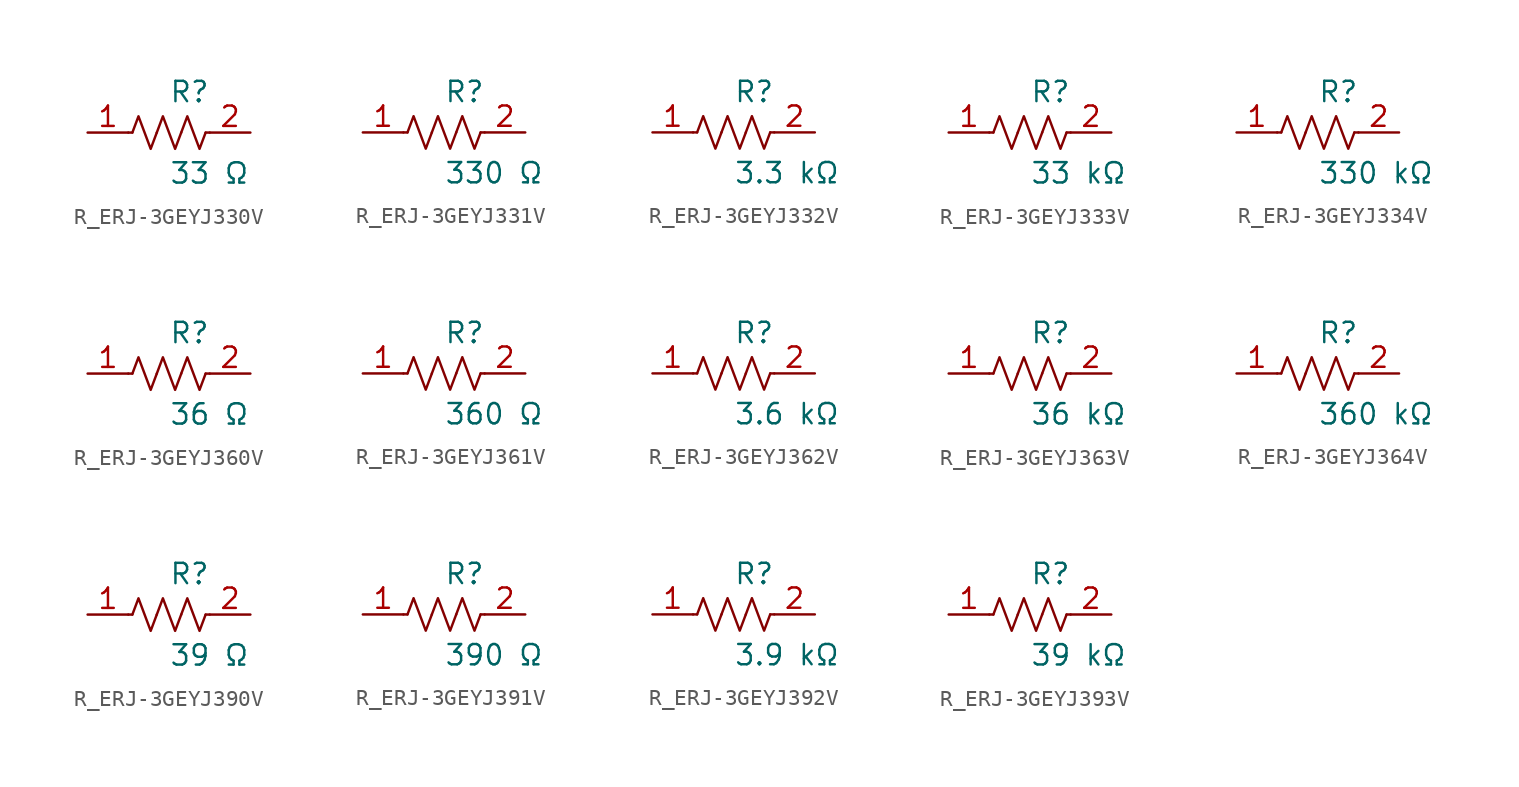
<source format=kicad_sym>
(kicad_symbol_lib
  (version 20231120)
  (generator kicad_symbol_editor)
  (generator_version 8.0)
  (symbol "R_ERJ-3GEYJ330V"
    (pin_names
      (offset 0.254))
    (property "Reference" "R"
      (at 0 2.54 0)
      (effects (font (size 1.27 1.27)) (justify left)))
    (property "Value" "33 Ω"
      (at 0 -2.54 0)
      (effects (font (size 1.27 1.27)) (justify left)))
    (symbol "R_ERJ-3GEYJ330V_0_1"
      (polyline (pts (xy 2.286 0) (xy 2.54 0)) (stroke (width 0) (type default)) (fill (type none)))
      (polyline (pts (xy -2.286 0) (xy -2.54 0)) (stroke (width 0) (type default)) (fill (type none)))
      (polyline (pts (xy 0.762 0) (xy 1.143 1.016) (xy 1.524 0) (xy 1.905 -1.016) (xy 2.286 0)) (stroke (width 0) (type default)) (fill (type none)))
      (polyline (pts (xy -0.762 0) (xy -0.381 1.016) (xy 0 0) (xy 0.381 -1.016) (xy 0.762 0)) (stroke (width 0) (type default)) (fill (type none)))
      (polyline (pts (xy -2.286 0) (xy -1.905 1.016) (xy -1.524 0) (xy -1.143 -1.016) (xy -0.762 0)) (stroke (width 0) (type default)) (fill (type none))))
    (pin passive line
      (at -5.08 0 0)
      (length 2.54)
      (name "" (effects (font (size 1.27 1.27))))
      (number "1" (effects (font (size 1.27 1.27)))))
    (pin passive line
      (at 5.08 0 180)
      (length 2.54)
      (name "" (effects (font (size 1.27 1.27))))
      (number "2" (effects (font (size 1.27 1.27))))))
  (symbol "R_ERJ-3GEYJ331V"
    (pin_names
      (offset 0.254))
    (property "Reference" "R"
      (at 0 2.54 0)
      (effects (font (size 1.27 1.27)) (justify left)))
    (property "Value" "330 Ω"
      (at 0 -2.54 0)
      (effects (font (size 1.27 1.27)) (justify left)))
    (symbol "R_ERJ-3GEYJ331V_0_1"
      (polyline (pts (xy 2.286 0) (xy 2.54 0)) (stroke (width 0) (type default)) (fill (type none)))
      (polyline (pts (xy -2.286 0) (xy -2.54 0)) (stroke (width 0) (type default)) (fill (type none)))
      (polyline (pts (xy 0.762 0) (xy 1.143 1.016) (xy 1.524 0) (xy 1.905 -1.016) (xy 2.286 0)) (stroke (width 0) (type default)) (fill (type none)))
      (polyline (pts (xy -0.762 0) (xy -0.381 1.016) (xy 0 0) (xy 0.381 -1.016) (xy 0.762 0)) (stroke (width 0) (type default)) (fill (type none)))
      (polyline (pts (xy -2.286 0) (xy -1.905 1.016) (xy -1.524 0) (xy -1.143 -1.016) (xy -0.762 0)) (stroke (width 0) (type default)) (fill (type none))))
    (pin passive line
      (at -5.08 0 0)
      (length 2.54)
      (name "" (effects (font (size 1.27 1.27))))
      (number "1" (effects (font (size 1.27 1.27)))))
    (pin passive line
      (at 5.08 0 180)
      (length 2.54)
      (name "" (effects (font (size 1.27 1.27))))
      (number "2" (effects (font (size 1.27 1.27))))))
  (symbol "R_ERJ-3GEYJ332V"
    (pin_names
      (offset 0.254))
    (property "Reference" "R"
      (at 0 2.54 0)
      (effects (font (size 1.27 1.27)) (justify left)))
    (property "Value" "3.3 kΩ"
      (at 0 -2.54 0)
      (effects (font (size 1.27 1.27)) (justify left)))
    (symbol "R_ERJ-3GEYJ332V_0_1"
      (polyline (pts (xy 2.286 0) (xy 2.54 0)) (stroke (width 0) (type default)) (fill (type none)))
      (polyline (pts (xy -2.286 0) (xy -2.54 0)) (stroke (width 0) (type default)) (fill (type none)))
      (polyline (pts (xy 0.762 0) (xy 1.143 1.016) (xy 1.524 0) (xy 1.905 -1.016) (xy 2.286 0)) (stroke (width 0) (type default)) (fill (type none)))
      (polyline (pts (xy -0.762 0) (xy -0.381 1.016) (xy 0 0) (xy 0.381 -1.016) (xy 0.762 0)) (stroke (width 0) (type default)) (fill (type none)))
      (polyline (pts (xy -2.286 0) (xy -1.905 1.016) (xy -1.524 0) (xy -1.143 -1.016) (xy -0.762 0)) (stroke (width 0) (type default)) (fill (type none))))
    (pin passive line
      (at -5.08 0 0)
      (length 2.54)
      (name "" (effects (font (size 1.27 1.27))))
      (number "1" (effects (font (size 1.27 1.27)))))
    (pin passive line
      (at 5.08 0 180)
      (length 2.54)
      (name "" (effects (font (size 1.27 1.27))))
      (number "2" (effects (font (size 1.27 1.27))))))
  (symbol "R_ERJ-3GEYJ333V"
    (pin_names
      (offset 0.254))
    (property "Reference" "R"
      (at 0 2.54 0)
      (effects (font (size 1.27 1.27)) (justify left)))
    (property "Value" "33 kΩ"
      (at 0 -2.54 0)
      (effects (font (size 1.27 1.27)) (justify left)))
    (symbol "R_ERJ-3GEYJ333V_0_1"
      (polyline (pts (xy 2.286 0) (xy 2.54 0)) (stroke (width 0) (type default)) (fill (type none)))
      (polyline (pts (xy -2.286 0) (xy -2.54 0)) (stroke (width 0) (type default)) (fill (type none)))
      (polyline (pts (xy 0.762 0) (xy 1.143 1.016) (xy 1.524 0) (xy 1.905 -1.016) (xy 2.286 0)) (stroke (width 0) (type default)) (fill (type none)))
      (polyline (pts (xy -0.762 0) (xy -0.381 1.016) (xy 0 0) (xy 0.381 -1.016) (xy 0.762 0)) (stroke (width 0) (type default)) (fill (type none)))
      (polyline (pts (xy -2.286 0) (xy -1.905 1.016) (xy -1.524 0) (xy -1.143 -1.016) (xy -0.762 0)) (stroke (width 0) (type default)) (fill (type none))))
    (pin passive line
      (at -5.08 0 0)
      (length 2.54)
      (name "" (effects (font (size 1.27 1.27))))
      (number "1" (effects (font (size 1.27 1.27)))))
    (pin passive line
      (at 5.08 0 180)
      (length 2.54)
      (name "" (effects (font (size 1.27 1.27))))
      (number "2" (effects (font (size 1.27 1.27))))))
  (symbol "R_ERJ-3GEYJ334V"
    (pin_names
      (offset 0.254))
    (property "Reference" "R"
      (at 0 2.54 0)
      (effects (font (size 1.27 1.27)) (justify left)))
    (property "Value" "330 kΩ"
      (at 0 -2.54 0)
      (effects (font (size 1.27 1.27)) (justify left)))
    (symbol "R_ERJ-3GEYJ334V_0_1"
      (polyline (pts (xy 2.286 0) (xy 2.54 0)) (stroke (width 0) (type default)) (fill (type none)))
      (polyline (pts (xy -2.286 0) (xy -2.54 0)) (stroke (width 0) (type default)) (fill (type none)))
      (polyline (pts (xy 0.762 0) (xy 1.143 1.016) (xy 1.524 0) (xy 1.905 -1.016) (xy 2.286 0)) (stroke (width 0) (type default)) (fill (type none)))
      (polyline (pts (xy -0.762 0) (xy -0.381 1.016) (xy 0 0) (xy 0.381 -1.016) (xy 0.762 0)) (stroke (width 0) (type default)) (fill (type none)))
      (polyline (pts (xy -2.286 0) (xy -1.905 1.016) (xy -1.524 0) (xy -1.143 -1.016) (xy -0.762 0)) (stroke (width 0) (type default)) (fill (type none))))
    (pin passive line
      (at -5.08 0 0)
      (length 2.54)
      (name "" (effects (font (size 1.27 1.27))))
      (number "1" (effects (font (size 1.27 1.27)))))
    (pin passive line
      (at 5.08 0 180)
      (length 2.54)
      (name "" (effects (font (size 1.27 1.27))))
      (number "2" (effects (font (size 1.27 1.27))))))
  (symbol "R_ERJ-3GEYJ360V"
    (pin_names
      (offset 0.254))
    (property "Reference" "R"
      (at 0 2.54 0)
      (effects (font (size 1.27 1.27)) (justify left)))
    (property "Value" "36 Ω"
      (at 0 -2.54 0)
      (effects (font (size 1.27 1.27)) (justify left)))
    (symbol "R_ERJ-3GEYJ360V_0_1"
      (polyline (pts (xy 2.286 0) (xy 2.54 0)) (stroke (width 0) (type default)) (fill (type none)))
      (polyline (pts (xy -2.286 0) (xy -2.54 0)) (stroke (width 0) (type default)) (fill (type none)))
      (polyline (pts (xy 0.762 0) (xy 1.143 1.016) (xy 1.524 0) (xy 1.905 -1.016) (xy 2.286 0)) (stroke (width 0) (type default)) (fill (type none)))
      (polyline (pts (xy -0.762 0) (xy -0.381 1.016) (xy 0 0) (xy 0.381 -1.016) (xy 0.762 0)) (stroke (width 0) (type default)) (fill (type none)))
      (polyline (pts (xy -2.286 0) (xy -1.905 1.016) (xy -1.524 0) (xy -1.143 -1.016) (xy -0.762 0)) (stroke (width 0) (type default)) (fill (type none))))
    (pin passive line
      (at -5.08 0 0)
      (length 2.54)
      (name "" (effects (font (size 1.27 1.27))))
      (number "1" (effects (font (size 1.27 1.27)))))
    (pin passive line
      (at 5.08 0 180)
      (length 2.54)
      (name "" (effects (font (size 1.27 1.27))))
      (number "2" (effects (font (size 1.27 1.27))))))
  (symbol "R_ERJ-3GEYJ361V"
    (pin_names
      (offset 0.254))
    (property "Reference" "R"
      (at 0 2.54 0)
      (effects (font (size 1.27 1.27)) (justify left)))
    (property "Value" "360 Ω"
      (at 0 -2.54 0)
      (effects (font (size 1.27 1.27)) (justify left)))
    (symbol "R_ERJ-3GEYJ361V_0_1"
      (polyline (pts (xy 2.286 0) (xy 2.54 0)) (stroke (width 0) (type default)) (fill (type none)))
      (polyline (pts (xy -2.286 0) (xy -2.54 0)) (stroke (width 0) (type default)) (fill (type none)))
      (polyline (pts (xy 0.762 0) (xy 1.143 1.016) (xy 1.524 0) (xy 1.905 -1.016) (xy 2.286 0)) (stroke (width 0) (type default)) (fill (type none)))
      (polyline (pts (xy -0.762 0) (xy -0.381 1.016) (xy 0 0) (xy 0.381 -1.016) (xy 0.762 0)) (stroke (width 0) (type default)) (fill (type none)))
      (polyline (pts (xy -2.286 0) (xy -1.905 1.016) (xy -1.524 0) (xy -1.143 -1.016) (xy -0.762 0)) (stroke (width 0) (type default)) (fill (type none))))
    (pin passive line
      (at -5.08 0 0)
      (length 2.54)
      (name "" (effects (font (size 1.27 1.27))))
      (number "1" (effects (font (size 1.27 1.27)))))
    (pin passive line
      (at 5.08 0 180)
      (length 2.54)
      (name "" (effects (font (size 1.27 1.27))))
      (number "2" (effects (font (size 1.27 1.27))))))
  (symbol "R_ERJ-3GEYJ362V"
    (pin_names
      (offset 0.254))
    (property "Reference" "R"
      (at 0 2.54 0)
      (effects (font (size 1.27 1.27)) (justify left)))
    (property "Value" "3.6 kΩ"
      (at 0 -2.54 0)
      (effects (font (size 1.27 1.27)) (justify left)))
    (symbol "R_ERJ-3GEYJ362V_0_1"
      (polyline (pts (xy 2.286 0) (xy 2.54 0)) (stroke (width 0) (type default)) (fill (type none)))
      (polyline (pts (xy -2.286 0) (xy -2.54 0)) (stroke (width 0) (type default)) (fill (type none)))
      (polyline (pts (xy 0.762 0) (xy 1.143 1.016) (xy 1.524 0) (xy 1.905 -1.016) (xy 2.286 0)) (stroke (width 0) (type default)) (fill (type none)))
      (polyline (pts (xy -0.762 0) (xy -0.381 1.016) (xy 0 0) (xy 0.381 -1.016) (xy 0.762 0)) (stroke (width 0) (type default)) (fill (type none)))
      (polyline (pts (xy -2.286 0) (xy -1.905 1.016) (xy -1.524 0) (xy -1.143 -1.016) (xy -0.762 0)) (stroke (width 0) (type default)) (fill (type none))))
    (pin passive line
      (at -5.08 0 0)
      (length 2.54)
      (name "" (effects (font (size 1.27 1.27))))
      (number "1" (effects (font (size 1.27 1.27)))))
    (pin passive line
      (at 5.08 0 180)
      (length 2.54)
      (name "" (effects (font (size 1.27 1.27))))
      (number "2" (effects (font (size 1.27 1.27))))))
  (symbol "R_ERJ-3GEYJ363V"
    (pin_names
      (offset 0.254))
    (property "Reference" "R"
      (at 0 2.54 0)
      (effects (font (size 1.27 1.27)) (justify left)))
    (property "Value" "36 kΩ"
      (at 0 -2.54 0)
      (effects (font (size 1.27 1.27)) (justify left)))
    (symbol "R_ERJ-3GEYJ363V_0_1"
      (polyline (pts (xy 2.286 0) (xy 2.54 0)) (stroke (width 0) (type default)) (fill (type none)))
      (polyline (pts (xy -2.286 0) (xy -2.54 0)) (stroke (width 0) (type default)) (fill (type none)))
      (polyline (pts (xy 0.762 0) (xy 1.143 1.016) (xy 1.524 0) (xy 1.905 -1.016) (xy 2.286 0)) (stroke (width 0) (type default)) (fill (type none)))
      (polyline (pts (xy -0.762 0) (xy -0.381 1.016) (xy 0 0) (xy 0.381 -1.016) (xy 0.762 0)) (stroke (width 0) (type default)) (fill (type none)))
      (polyline (pts (xy -2.286 0) (xy -1.905 1.016) (xy -1.524 0) (xy -1.143 -1.016) (xy -0.762 0)) (stroke (width 0) (type default)) (fill (type none))))
    (pin passive line
      (at -5.08 0 0)
      (length 2.54)
      (name "" (effects (font (size 1.27 1.27))))
      (number "1" (effects (font (size 1.27 1.27)))))
    (pin passive line
      (at 5.08 0 180)
      (length 2.54)
      (name "" (effects (font (size 1.27 1.27))))
      (number "2" (effects (font (size 1.27 1.27))))))
  (symbol "R_ERJ-3GEYJ364V"
    (pin_names
      (offset 0.254))
    (property "Reference" "R"
      (at 0 2.54 0)
      (effects (font (size 1.27 1.27)) (justify left)))
    (property "Value" "360 kΩ"
      (at 0 -2.54 0)
      (effects (font (size 1.27 1.27)) (justify left)))
    (symbol "R_ERJ-3GEYJ364V_0_1"
      (polyline (pts (xy 2.286 0) (xy 2.54 0)) (stroke (width 0) (type default)) (fill (type none)))
      (polyline (pts (xy -2.286 0) (xy -2.54 0)) (stroke (width 0) (type default)) (fill (type none)))
      (polyline (pts (xy 0.762 0) (xy 1.143 1.016) (xy 1.524 0) (xy 1.905 -1.016) (xy 2.286 0)) (stroke (width 0) (type default)) (fill (type none)))
      (polyline (pts (xy -0.762 0) (xy -0.381 1.016) (xy 0 0) (xy 0.381 -1.016) (xy 0.762 0)) (stroke (width 0) (type default)) (fill (type none)))
      (polyline (pts (xy -2.286 0) (xy -1.905 1.016) (xy -1.524 0) (xy -1.143 -1.016) (xy -0.762 0)) (stroke (width 0) (type default)) (fill (type none))))
    (pin passive line
      (at -5.08 0 0)
      (length 2.54)
      (name "" (effects (font (size 1.27 1.27))))
      (number "1" (effects (font (size 1.27 1.27)))))
    (pin passive line
      (at 5.08 0 180)
      (length 2.54)
      (name "" (effects (font (size 1.27 1.27))))
      (number "2" (effects (font (size 1.27 1.27))))))
  (symbol "R_ERJ-3GEYJ390V"
    (pin_names
      (offset 0.254))
    (property "Reference" "R"
      (at 0 2.54 0)
      (effects (font (size 1.27 1.27)) (justify left)))
    (property "Value" "39 Ω"
      (at 0 -2.54 0)
      (effects (font (size 1.27 1.27)) (justify left)))
    (symbol "R_ERJ-3GEYJ390V_0_1"
      (polyline (pts (xy 2.286 0) (xy 2.54 0)) (stroke (width 0) (type default)) (fill (type none)))
      (polyline (pts (xy -2.286 0) (xy -2.54 0)) (stroke (width 0) (type default)) (fill (type none)))
      (polyline (pts (xy 0.762 0) (xy 1.143 1.016) (xy 1.524 0) (xy 1.905 -1.016) (xy 2.286 0)) (stroke (width 0) (type default)) (fill (type none)))
      (polyline (pts (xy -0.762 0) (xy -0.381 1.016) (xy 0 0) (xy 0.381 -1.016) (xy 0.762 0)) (stroke (width 0) (type default)) (fill (type none)))
      (polyline (pts (xy -2.286 0) (xy -1.905 1.016) (xy -1.524 0) (xy -1.143 -1.016) (xy -0.762 0)) (stroke (width 0) (type default)) (fill (type none))))
    (pin passive line
      (at -5.08 0 0)
      (length 2.54)
      (name "" (effects (font (size 1.27 1.27))))
      (number "1" (effects (font (size 1.27 1.27)))))
    (pin passive line
      (at 5.08 0 180)
      (length 2.54)
      (name "" (effects (font (size 1.27 1.27))))
      (number "2" (effects (font (size 1.27 1.27))))))
  (symbol "R_ERJ-3GEYJ391V"
    (pin_names
      (offset 0.254))
    (property "Reference" "R"
      (at 0 2.54 0)
      (effects (font (size 1.27 1.27)) (justify left)))
    (property "Value" "390 Ω"
      (at 0 -2.54 0)
      (effects (font (size 1.27 1.27)) (justify left)))
    (symbol "R_ERJ-3GEYJ391V_0_1"
      (polyline (pts (xy 2.286 0) (xy 2.54 0)) (stroke (width 0) (type default)) (fill (type none)))
      (polyline (pts (xy -2.286 0) (xy -2.54 0)) (stroke (width 0) (type default)) (fill (type none)))
      (polyline (pts (xy 0.762 0) (xy 1.143 1.016) (xy 1.524 0) (xy 1.905 -1.016) (xy 2.286 0)) (stroke (width 0) (type default)) (fill (type none)))
      (polyline (pts (xy -0.762 0) (xy -0.381 1.016) (xy 0 0) (xy 0.381 -1.016) (xy 0.762 0)) (stroke (width 0) (type default)) (fill (type none)))
      (polyline (pts (xy -2.286 0) (xy -1.905 1.016) (xy -1.524 0) (xy -1.143 -1.016) (xy -0.762 0)) (stroke (width 0) (type default)) (fill (type none))))
    (pin passive line
      (at -5.08 0 0)
      (length 2.54)
      (name "" (effects (font (size 1.27 1.27))))
      (number "1" (effects (font (size 1.27 1.27)))))
    (pin passive line
      (at 5.08 0 180)
      (length 2.54)
      (name "" (effects (font (size 1.27 1.27))))
      (number "2" (effects (font (size 1.27 1.27))))))
  (symbol "R_ERJ-3GEYJ392V"
    (pin_names
      (offset 0.254))
    (property "Reference" "R"
      (at 0 2.54 0)
      (effects (font (size 1.27 1.27)) (justify left)))
    (property "Value" "3.9 kΩ"
      (at 0 -2.54 0)
      (effects (font (size 1.27 1.27)) (justify left)))
    (symbol "R_ERJ-3GEYJ392V_0_1"
      (polyline (pts (xy 2.286 0) (xy 2.54 0)) (stroke (width 0) (type default)) (fill (type none)))
      (polyline (pts (xy -2.286 0) (xy -2.54 0)) (stroke (width 0) (type default)) (fill (type none)))
      (polyline (pts (xy 0.762 0) (xy 1.143 1.016) (xy 1.524 0) (xy 1.905 -1.016) (xy 2.286 0)) (stroke (width 0) (type default)) (fill (type none)))
      (polyline (pts (xy -0.762 0) (xy -0.381 1.016) (xy 0 0) (xy 0.381 -1.016) (xy 0.762 0)) (stroke (width 0) (type default)) (fill (type none)))
      (polyline (pts (xy -2.286 0) (xy -1.905 1.016) (xy -1.524 0) (xy -1.143 -1.016) (xy -0.762 0)) (stroke (width 0) (type default)) (fill (type none))))
    (pin passive line
      (at -5.08 0 0)
      (length 2.54)
      (name "" (effects (font (size 1.27 1.27))))
      (number "1" (effects (font (size 1.27 1.27)))))
    (pin passive line
      (at 5.08 0 180)
      (length 2.54)
      (name "" (effects (font (size 1.27 1.27))))
      (number "2" (effects (font (size 1.27 1.27))))))
  (symbol "R_ERJ-3GEYJ393V"
    (pin_names
      (offset 0.254))
    (property "Reference" "R"
      (at 0 2.54 0)
      (effects (font (size 1.27 1.27)) (justify left)))
    (property "Value" "39 kΩ"
      (at 0 -2.54 0)
      (effects (font (size 1.27 1.27)) (justify left)))
    (symbol "R_ERJ-3GEYJ393V_0_1"
      (polyline (pts (xy 2.286 0) (xy 2.54 0)) (stroke (width 0) (type default)) (fill (type none)))
      (polyline (pts (xy -2.286 0) (xy -2.54 0)) (stroke (width 0) (type default)) (fill (type none)))
      (polyline (pts (xy 0.762 0) (xy 1.143 1.016) (xy 1.524 0) (xy 1.905 -1.016) (xy 2.286 0)) (stroke (width 0) (type default)) (fill (type none)))
      (polyline (pts (xy -0.762 0) (xy -0.381 1.016) (xy 0 0) (xy 0.381 -1.016) (xy 0.762 0)) (stroke (width 0) (type default)) (fill (type none)))
      (polyline (pts (xy -2.286 0) (xy -1.905 1.016) (xy -1.524 0) (xy -1.143 -1.016) (xy -0.762 0)) (stroke (width 0) (type default)) (fill (type none))))
    (pin passive line
      (at -5.08 0 0)
      (length 2.54)
      (name "" (effects (font (size 1.27 1.27))))
      (number "1" (effects (font (size 1.27 1.27)))))
    (pin passive line
      (at 5.08 0 180)
      (length 2.54)
      (name "" (effects (font (size 1.27 1.27))))
      (number "2" (effects (font (size 1.27 1.27)))))))
</source>
